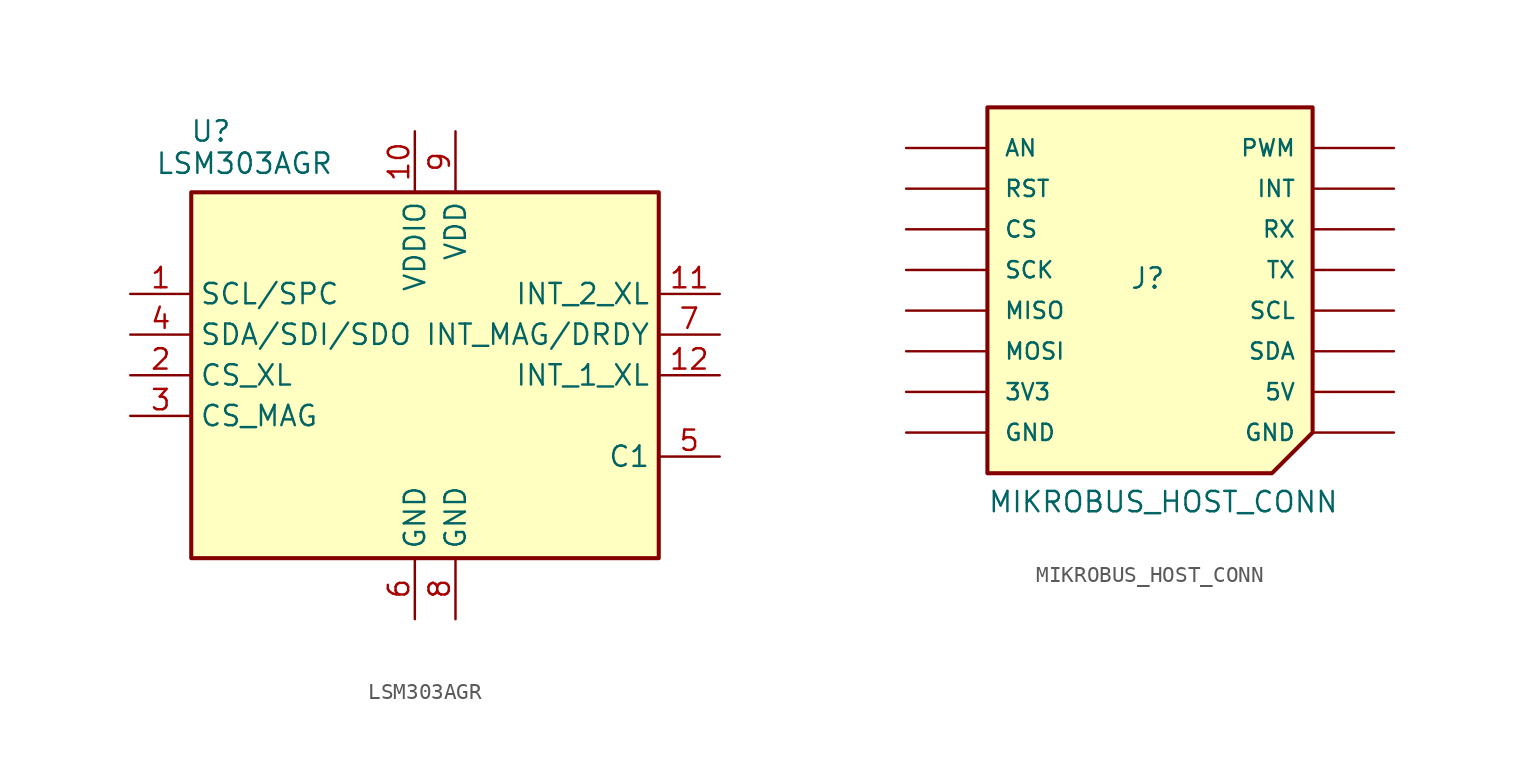
<source format=kicad_sym>
(kicad_symbol_lib
  (version 20211014)
  (generator kicad_symbol_editor)
  (symbol "LSM303AGR"
    (property "Reference" "U"
      (at -11.43 15.24 0)
      (effects (font (size 1.27 1.27)) (justify right)))
    (property "Value" "LSM303AGR"
      (at -5.08 13.97 0)
      (effects (font (size 1.27 1.27)) (justify right top)))
    (symbol "LSM303AGR_0_1"
      (rectangle (start 15.24 11.43) (end -13.97 -11.43) (stroke (width 0.254) (type default) (color 0 0 0 0)) (fill (type background))))
    (symbol "LSM303AGR_1_1"
      (pin output line (at -17.78 5.08 0) (length 3.81) (name "SCL/SPC" (effects (font (size 1.27 1.27)))) (number "1" (effects (font (size 1.27 1.27)))))
      (pin power_in line (at 0 15.24 270) (length 3.81) (name "VDDIO" (effects (font (size 1.27 1.27)))) (number "10" (effects (font (size 1.27 1.27)))))
      (pin output line (at 19.05 5.08 180) (length 3.81) (name "INT_2_XL" (effects (font (size 1.27 1.27)))) (number "11" (effects (font (size 1.27 1.27)))))
      (pin output line (at 19.05 0 180) (length 3.81) (name "INT_1_XL" (effects (font (size 1.27 1.27)))) (number "12" (effects (font (size 1.27 1.27)))))
      (pin input line (at -17.78 0 0) (length 3.81) (name "CS_XL" (effects (font (size 1.27 1.27)))) (number "2" (effects (font (size 1.27 1.27)))))
      (pin input line (at -17.78 -2.54 0) (length 3.81) (name "CS_MAG" (effects (font (size 1.27 1.27)))) (number "3" (effects (font (size 1.27 1.27)))))
      (pin bidirectional line (at -17.78 2.54 0) (length 3.81) (name "SDA/SDI/SDO" (effects (font (size 1.27 1.27)))) (number "4" (effects (font (size 1.27 1.27)))))
      (pin passive line (at 19.05 -5.08 180) (length 3.81) (name "C1" (effects (font (size 1.27 1.27)))) (number "5" (effects (font (size 1.27 1.27)))))
      (pin power_in line (at 0 -15.24 90) (length 3.81) (name "GND" (effects (font (size 1.27 1.27)))) (number "6" (effects (font (size 1.27 1.27)))))
      (pin output line (at 19.05 2.54 180) (length 3.81) (name "INT_MAG/DRDY" (effects (font (size 1.27 1.27)))) (number "7" (effects (font (size 1.27 1.27)))))
      (pin power_in line (at 2.54 -15.24 90) (length 3.81) (name "GND" (effects (font (size 1.27 1.27)))) (number "8" (effects (font (size 1.27 1.27)))))
      (pin power_in line (at 2.54 15.24 270) (length 3.81) (name "VDD" (effects (font (size 1.27 1.27)))) (number "9" (effects (font (size 1.27 1.27)))))))
  (symbol "MIKROBUS_HOST_CONN"
    (pin_numbers hide)
    (pin_names
      (offset 1.016))
    (property "Reference" "J"
      (at -1.27 0 0)
      (effects (font (size 1.27 1.27)) (justify left bottom)))
    (property "Value" "MIKROBUS_HOST_CONN"
      (at -10.16 -13.97 0)
      (effects (font (size 1.27 1.27)) (justify left bottom)))
    (symbol "MIKROBUS_HOST_CONN_0_0"
      (polyline (pts (xy -10.16 11.43) (xy 10.16 11.43) (xy 10.16 -8.89) (xy 7.62 -11.43) (xy -10.16 -11.43) (xy -10.16 11.43)) (stroke (width 0.254) (type default) (color 0 0 0 0)) (fill (type background)))
      (pin bidirectional line (at -15.24 8.89 0) (length 5.08) (name "AN" (effects (font (size 1.016 1.016)))) (number "P1" (effects (font (size 1.016 1.016)))))
      (pin power_in line (at 15.24 -6.35 180) (length 5.08) (name "5V" (effects (font (size 1.016 1.016)))) (number "P10" (effects (font (size 1.016 1.016)))))
      (pin bidirectional line (at 15.24 -3.81 180) (length 5.08) (name "SDA" (effects (font (size 1.016 1.016)))) (number "P11" (effects (font (size 1.016 1.016)))))
      (pin bidirectional line (at 15.24 -1.27 180) (length 5.08) (name "SCL" (effects (font (size 1.016 1.016)))) (number "P12" (effects (font (size 1.016 1.016)))))
      (pin bidirectional line (at 15.24 1.27 180) (length 5.08) (name "TX" (effects (font (size 1.016 1.016)))) (number "P13" (effects (font (size 1.016 1.016)))))
      (pin bidirectional line (at 15.24 3.81 180) (length 5.08) (name "RX" (effects (font (size 1.016 1.016)))) (number "P14" (effects (font (size 1.016 1.016)))))
      (pin bidirectional line (at 15.24 6.35 180) (length 5.08) (name "INT" (effects (font (size 1.016 1.016)))) (number "P15" (effects (font (size 1.016 1.016)))))
      (pin bidirectional line (at 15.24 8.89 180) (length 5.08) (name "PWM" (effects (font (size 1.016 1.016)))) (number "P16" (effects (font (size 1.016 1.016)))))
      (pin bidirectional line (at -15.24 6.35 0) (length 5.08) (name "RST" (effects (font (size 1.016 1.016)))) (number "P2" (effects (font (size 1.016 1.016)))))
      (pin bidirectional line (at -15.24 3.81 0) (length 5.08) (name "CS" (effects (font (size 1.016 1.016)))) (number "P3" (effects (font (size 1.016 1.016)))))
      (pin bidirectional line (at -15.24 1.27 0) (length 5.08) (name "SCK" (effects (font (size 1.016 1.016)))) (number "P4" (effects (font (size 1.016 1.016)))))
      (pin bidirectional line (at -15.24 -1.27 0) (length 5.08) (name "MISO" (effects (font (size 1.016 1.016)))) (number "P5" (effects (font (size 1.016 1.016)))))
      (pin bidirectional line (at -15.24 -3.81 0) (length 5.08) (name "MOSI" (effects (font (size 1.016 1.016)))) (number "P6" (effects (font (size 1.016 1.016)))))
      (pin power_in line (at -15.24 -6.35 0) (length 5.08) (name "3V3" (effects (font (size 1.016 1.016)))) (number "P7" (effects (font (size 1.016 1.016)))))
      (pin power_in line (at -15.24 -8.89 0) (length 5.08) (name "GND" (effects (font (size 1.016 1.016)))) (number "P8" (effects (font (size 1.016 1.016)))))
      (pin power_in line (at 15.24 -8.89 180) (length 5.08) (name "GND" (effects (font (size 1.016 1.016)))) (number "P9" (effects (font (size 1.016 1.016))))))))
</source>
